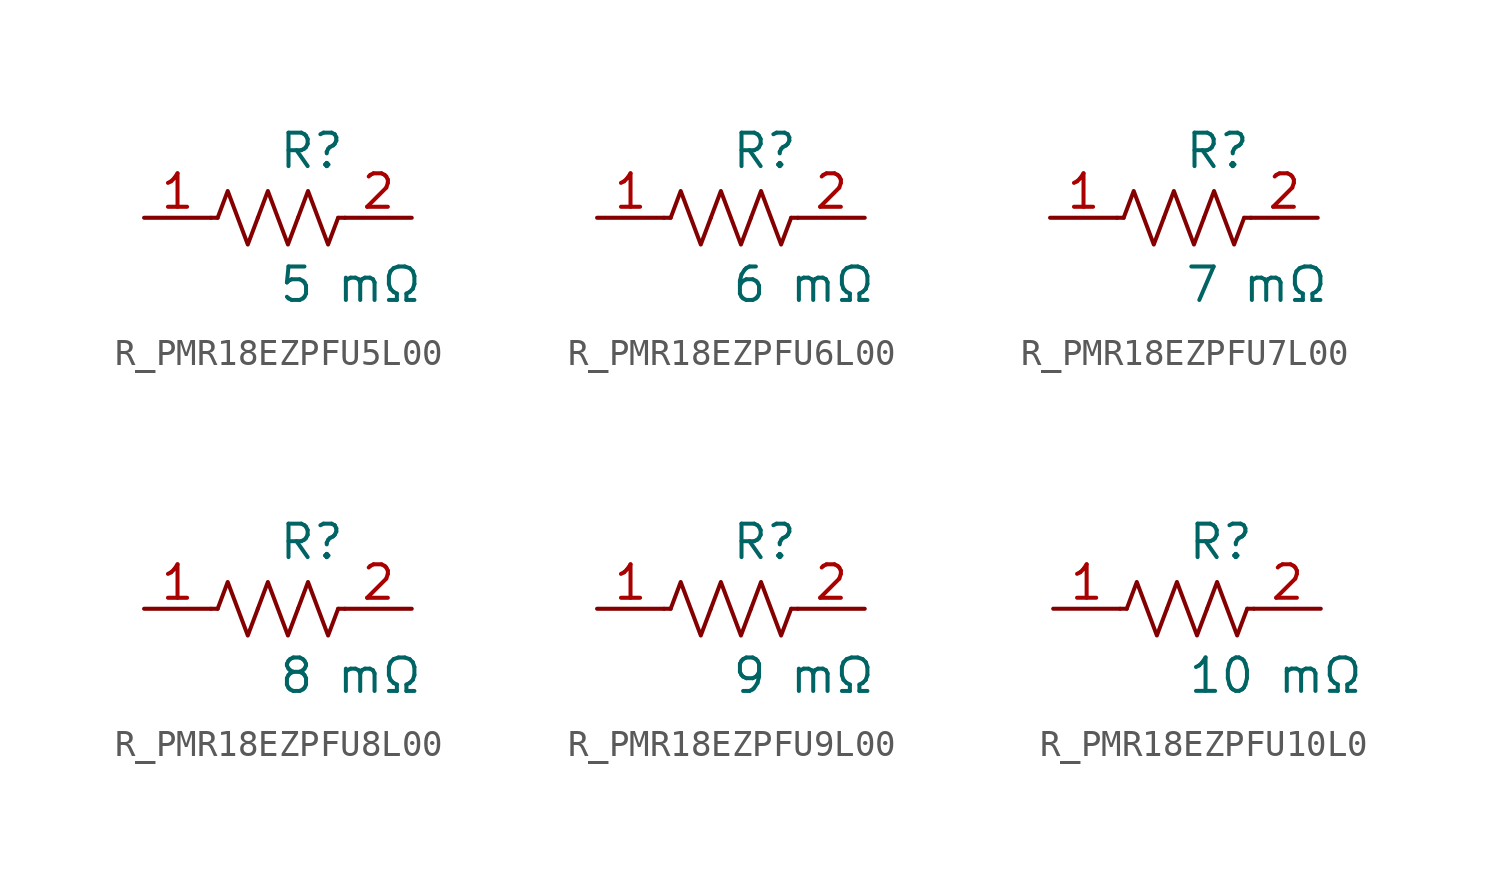
<source format=kicad_sym>
(kicad_symbol_lib
  (version 20231120)
  (generator kicad_symbol_editor)
  (generator_version 8.0)
  (symbol "R_PMR18EZPFU5L00"
    (pin_names
      (offset 0.254))
    (property "Reference" "R"
      (at 0 2.54 0)
      (effects (font (size 1.27 1.27)) (justify left)))
    (property "Value" "5 mΩ"
      (at 0 -2.54 0)
      (effects (font (size 1.27 1.27)) (justify left)))
    (symbol "R_PMR18EZPFU5L00_0_1"
      (polyline (pts (xy 2.286 0) (xy 2.54 0)) (stroke (width 0) (type default)) (fill (type none)))
      (polyline (pts (xy -2.286 0) (xy -2.54 0)) (stroke (width 0) (type default)) (fill (type none)))
      (polyline (pts (xy 0.762 0) (xy 1.143 1.016) (xy 1.524 0) (xy 1.905 -1.016) (xy 2.286 0)) (stroke (width 0) (type default)) (fill (type none)))
      (polyline (pts (xy -0.762 0) (xy -0.381 1.016) (xy 0 0) (xy 0.381 -1.016) (xy 0.762 0)) (stroke (width 0) (type default)) (fill (type none)))
      (polyline (pts (xy -2.286 0) (xy -1.905 1.016) (xy -1.524 0) (xy -1.143 -1.016) (xy -0.762 0)) (stroke (width 0) (type default)) (fill (type none))))
    (pin passive line
      (at -5.08 0 0)
      (length 2.54)
      (name "" (effects (font (size 1.27 1.27))))
      (number "1" (effects (font (size 1.27 1.27)))))
    (pin passive line
      (at 5.08 0 180)
      (length 2.54)
      (name "" (effects (font (size 1.27 1.27))))
      (number "2" (effects (font (size 1.27 1.27))))))
  (symbol "R_PMR18EZPFU6L00"
    (pin_names
      (offset 0.254))
    (property "Reference" "R"
      (at 0 2.54 0)
      (effects (font (size 1.27 1.27)) (justify left)))
    (property "Value" "6 mΩ"
      (at 0 -2.54 0)
      (effects (font (size 1.27 1.27)) (justify left)))
    (symbol "R_PMR18EZPFU6L00_0_1"
      (polyline (pts (xy 2.286 0) (xy 2.54 0)) (stroke (width 0) (type default)) (fill (type none)))
      (polyline (pts (xy -2.286 0) (xy -2.54 0)) (stroke (width 0) (type default)) (fill (type none)))
      (polyline (pts (xy 0.762 0) (xy 1.143 1.016) (xy 1.524 0) (xy 1.905 -1.016) (xy 2.286 0)) (stroke (width 0) (type default)) (fill (type none)))
      (polyline (pts (xy -0.762 0) (xy -0.381 1.016) (xy 0 0) (xy 0.381 -1.016) (xy 0.762 0)) (stroke (width 0) (type default)) (fill (type none)))
      (polyline (pts (xy -2.286 0) (xy -1.905 1.016) (xy -1.524 0) (xy -1.143 -1.016) (xy -0.762 0)) (stroke (width 0) (type default)) (fill (type none))))
    (pin passive line
      (at -5.08 0 0)
      (length 2.54)
      (name "" (effects (font (size 1.27 1.27))))
      (number "1" (effects (font (size 1.27 1.27)))))
    (pin passive line
      (at 5.08 0 180)
      (length 2.54)
      (name "" (effects (font (size 1.27 1.27))))
      (number "2" (effects (font (size 1.27 1.27))))))
  (symbol "R_PMR18EZPFU7L00"
    (pin_names
      (offset 0.254))
    (property "Reference" "R"
      (at 0 2.54 0)
      (effects (font (size 1.27 1.27)) (justify left)))
    (property "Value" "7 mΩ"
      (at 0 -2.54 0)
      (effects (font (size 1.27 1.27)) (justify left)))
    (symbol "R_PMR18EZPFU7L00_0_1"
      (polyline (pts (xy 2.286 0) (xy 2.54 0)) (stroke (width 0) (type default)) (fill (type none)))
      (polyline (pts (xy -2.286 0) (xy -2.54 0)) (stroke (width 0) (type default)) (fill (type none)))
      (polyline (pts (xy 0.762 0) (xy 1.143 1.016) (xy 1.524 0) (xy 1.905 -1.016) (xy 2.286 0)) (stroke (width 0) (type default)) (fill (type none)))
      (polyline (pts (xy -0.762 0) (xy -0.381 1.016) (xy 0 0) (xy 0.381 -1.016) (xy 0.762 0)) (stroke (width 0) (type default)) (fill (type none)))
      (polyline (pts (xy -2.286 0) (xy -1.905 1.016) (xy -1.524 0) (xy -1.143 -1.016) (xy -0.762 0)) (stroke (width 0) (type default)) (fill (type none))))
    (pin passive line
      (at -5.08 0 0)
      (length 2.54)
      (name "" (effects (font (size 1.27 1.27))))
      (number "1" (effects (font (size 1.27 1.27)))))
    (pin passive line
      (at 5.08 0 180)
      (length 2.54)
      (name "" (effects (font (size 1.27 1.27))))
      (number "2" (effects (font (size 1.27 1.27))))))
  (symbol "R_PMR18EZPFU8L00"
    (pin_names
      (offset 0.254))
    (property "Reference" "R"
      (at 0 2.54 0)
      (effects (font (size 1.27 1.27)) (justify left)))
    (property "Value" "8 mΩ"
      (at 0 -2.54 0)
      (effects (font (size 1.27 1.27)) (justify left)))
    (symbol "R_PMR18EZPFU8L00_0_1"
      (polyline (pts (xy 2.286 0) (xy 2.54 0)) (stroke (width 0) (type default)) (fill (type none)))
      (polyline (pts (xy -2.286 0) (xy -2.54 0)) (stroke (width 0) (type default)) (fill (type none)))
      (polyline (pts (xy 0.762 0) (xy 1.143 1.016) (xy 1.524 0) (xy 1.905 -1.016) (xy 2.286 0)) (stroke (width 0) (type default)) (fill (type none)))
      (polyline (pts (xy -0.762 0) (xy -0.381 1.016) (xy 0 0) (xy 0.381 -1.016) (xy 0.762 0)) (stroke (width 0) (type default)) (fill (type none)))
      (polyline (pts (xy -2.286 0) (xy -1.905 1.016) (xy -1.524 0) (xy -1.143 -1.016) (xy -0.762 0)) (stroke (width 0) (type default)) (fill (type none))))
    (pin passive line
      (at -5.08 0 0)
      (length 2.54)
      (name "" (effects (font (size 1.27 1.27))))
      (number "1" (effects (font (size 1.27 1.27)))))
    (pin passive line
      (at 5.08 0 180)
      (length 2.54)
      (name "" (effects (font (size 1.27 1.27))))
      (number "2" (effects (font (size 1.27 1.27))))))
  (symbol "R_PMR18EZPFU9L00"
    (pin_names
      (offset 0.254))
    (property "Reference" "R"
      (at 0 2.54 0)
      (effects (font (size 1.27 1.27)) (justify left)))
    (property "Value" "9 mΩ"
      (at 0 -2.54 0)
      (effects (font (size 1.27 1.27)) (justify left)))
    (symbol "R_PMR18EZPFU9L00_0_1"
      (polyline (pts (xy 2.286 0) (xy 2.54 0)) (stroke (width 0) (type default)) (fill (type none)))
      (polyline (pts (xy -2.286 0) (xy -2.54 0)) (stroke (width 0) (type default)) (fill (type none)))
      (polyline (pts (xy 0.762 0) (xy 1.143 1.016) (xy 1.524 0) (xy 1.905 -1.016) (xy 2.286 0)) (stroke (width 0) (type default)) (fill (type none)))
      (polyline (pts (xy -0.762 0) (xy -0.381 1.016) (xy 0 0) (xy 0.381 -1.016) (xy 0.762 0)) (stroke (width 0) (type default)) (fill (type none)))
      (polyline (pts (xy -2.286 0) (xy -1.905 1.016) (xy -1.524 0) (xy -1.143 -1.016) (xy -0.762 0)) (stroke (width 0) (type default)) (fill (type none))))
    (pin passive line
      (at -5.08 0 0)
      (length 2.54)
      (name "" (effects (font (size 1.27 1.27))))
      (number "1" (effects (font (size 1.27 1.27)))))
    (pin passive line
      (at 5.08 0 180)
      (length 2.54)
      (name "" (effects (font (size 1.27 1.27))))
      (number "2" (effects (font (size 1.27 1.27))))))
  (symbol "R_PMR18EZPFU10L0"
    (pin_names
      (offset 0.254))
    (property "Reference" "R"
      (at 0 2.54 0)
      (effects (font (size 1.27 1.27)) (justify left)))
    (property "Value" "10 mΩ"
      (at 0 -2.54 0)
      (effects (font (size 1.27 1.27)) (justify left)))
    (symbol "R_PMR18EZPFU10L0_0_1"
      (polyline (pts (xy 2.286 0) (xy 2.54 0)) (stroke (width 0) (type default)) (fill (type none)))
      (polyline (pts (xy -2.286 0) (xy -2.54 0)) (stroke (width 0) (type default)) (fill (type none)))
      (polyline (pts (xy 0.762 0) (xy 1.143 1.016) (xy 1.524 0) (xy 1.905 -1.016) (xy 2.286 0)) (stroke (width 0) (type default)) (fill (type none)))
      (polyline (pts (xy -0.762 0) (xy -0.381 1.016) (xy 0 0) (xy 0.381 -1.016) (xy 0.762 0)) (stroke (width 0) (type default)) (fill (type none)))
      (polyline (pts (xy -2.286 0) (xy -1.905 1.016) (xy -1.524 0) (xy -1.143 -1.016) (xy -0.762 0)) (stroke (width 0) (type default)) (fill (type none))))
    (pin passive line
      (at -5.08 0 0)
      (length 2.54)
      (name "" (effects (font (size 1.27 1.27))))
      (number "1" (effects (font (size 1.27 1.27)))))
    (pin passive line
      (at 5.08 0 180)
      (length 2.54)
      (name "" (effects (font (size 1.27 1.27))))
      (number "2" (effects (font (size 1.27 1.27)))))))
</source>
